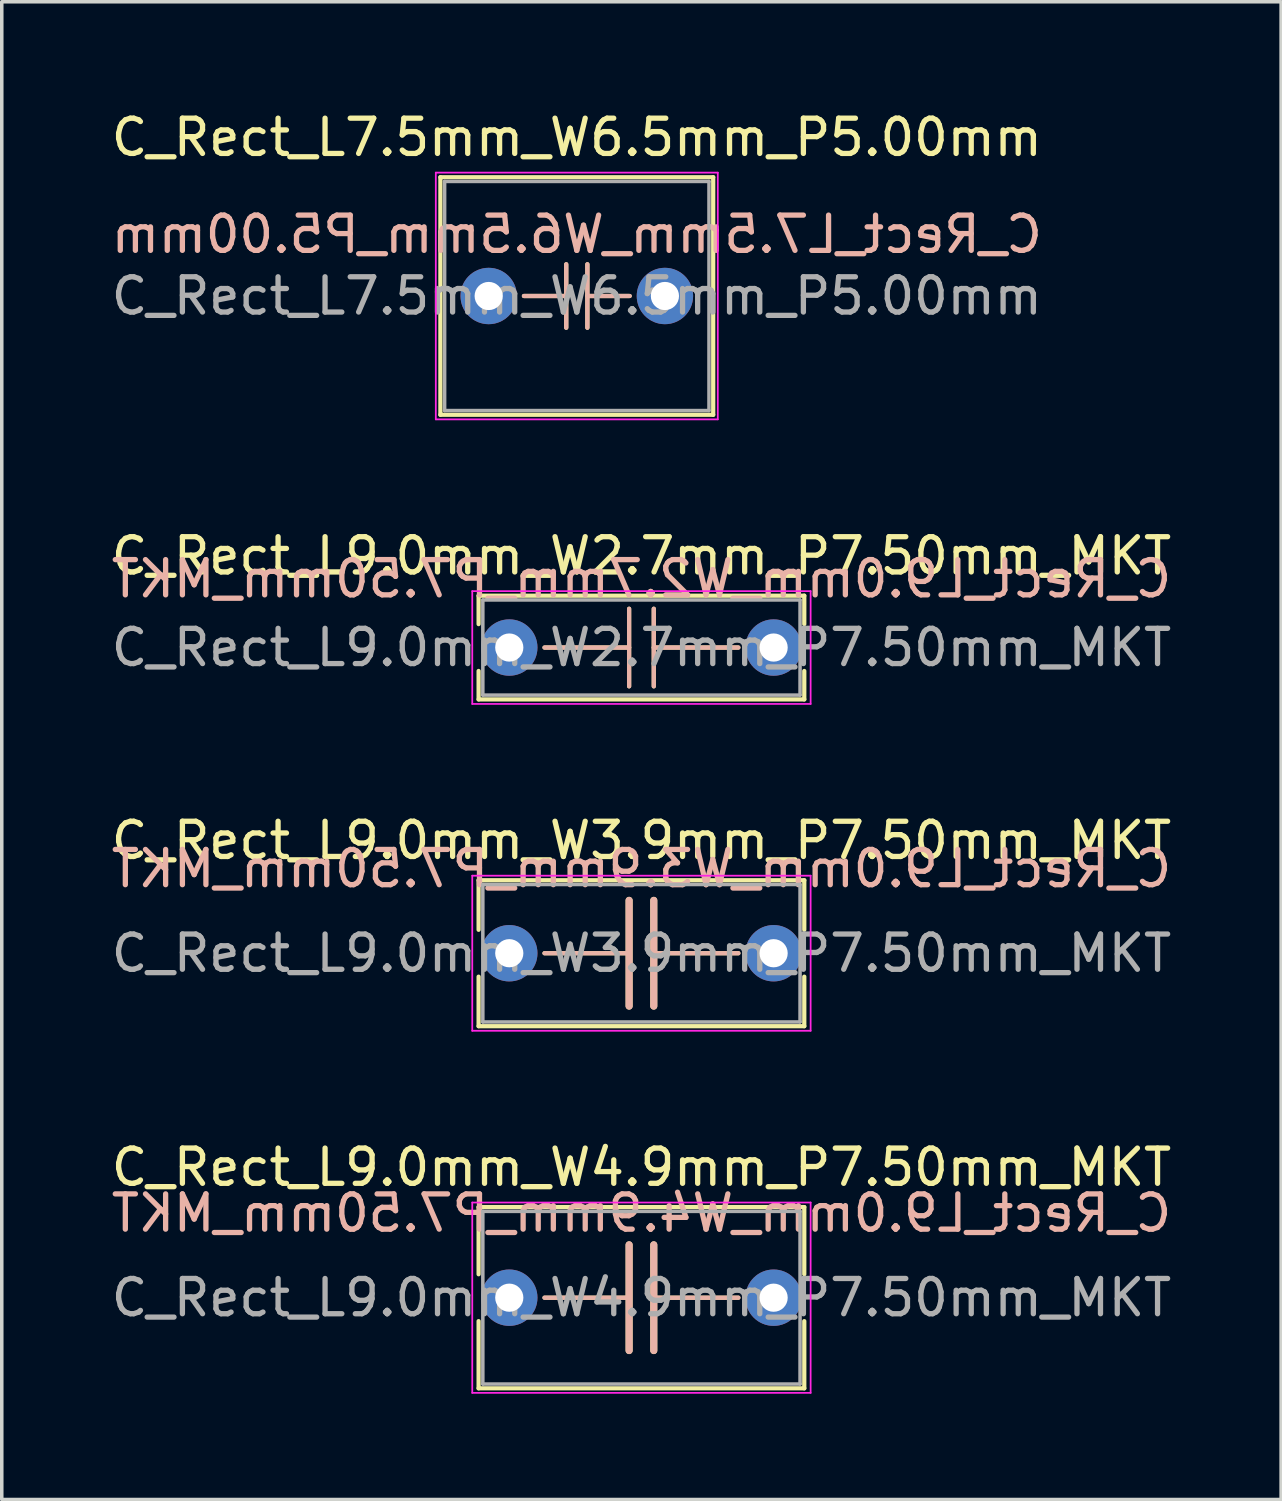
<source format=kicad_pcb>
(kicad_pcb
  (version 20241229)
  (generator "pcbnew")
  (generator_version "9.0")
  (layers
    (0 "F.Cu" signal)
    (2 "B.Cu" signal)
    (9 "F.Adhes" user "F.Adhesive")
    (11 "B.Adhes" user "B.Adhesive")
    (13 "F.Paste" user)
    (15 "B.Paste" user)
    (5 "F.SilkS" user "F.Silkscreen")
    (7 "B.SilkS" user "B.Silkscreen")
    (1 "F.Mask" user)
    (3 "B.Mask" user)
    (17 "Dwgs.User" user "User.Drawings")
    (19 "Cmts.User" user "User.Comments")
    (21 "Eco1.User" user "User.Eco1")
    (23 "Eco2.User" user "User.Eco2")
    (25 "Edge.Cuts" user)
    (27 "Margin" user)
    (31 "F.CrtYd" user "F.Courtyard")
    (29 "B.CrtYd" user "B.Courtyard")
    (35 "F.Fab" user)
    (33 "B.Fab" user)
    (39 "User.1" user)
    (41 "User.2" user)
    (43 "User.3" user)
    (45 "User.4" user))
  (footprint "C_Rect_L9.0mm_W4.9mm_P7.50mm_MKT"
    (layer "F.Cu")
    (at 11.399 33.768)
    (property "Reference" "C_Rect_L9.0mm_W4.9mm_P7.50mm_MKT" (at 3.75 -3.7 0) (layer "F.SilkS") (effects (font (size 1 1) (thickness 0.15))))
    (fp_line (start -0.87 -2.571) (end -0.87 -0.665) (stroke (width 0.12) (type solid)) (layer "F.SilkS"))
    (fp_line (start -0.87 -2.571) (end 8.37 -2.571) (stroke (width 0.12) (type solid)) (layer "F.SilkS"))
    (fp_line (start -0.87 0.665) (end -0.87 2.571) (stroke (width 0.12) (type solid)) (layer "F.SilkS"))
    (fp_line (start -0.87 2.571) (end 8.37 2.571) (stroke (width 0.12) (type solid)) (layer "F.SilkS"))
    (fp_line (start 1 0) (end 3.4 0) (stroke (width 0.12) (type solid)) (layer "F.SilkS"))
    (fp_line (start 3.4 -1.5) (end 3.4 1.5) (stroke (width 0.2) (type solid)) (layer "F.SilkS"))
    (fp_line (start 4.1 -1.5) (end 4.1 1.5) (stroke (width 0.2) (type solid)) (layer "F.SilkS"))
    (fp_line (start 4.1 0) (end 6.5 0) (stroke (width 0.12) (type solid)) (layer "F.SilkS"))
    (fp_line (start 8.37 -2.571) (end 8.37 -0.665) (stroke (width 0.12) (type solid)) (layer "F.SilkS"))
    (fp_line (start 8.37 0.665) (end 8.37 2.571) (stroke (width 0.12) (type solid)) (layer "F.SilkS"))
    (fp_line (start 1 0) (end 3.4 0) (stroke (width 0.12) (type solid)) (layer "B.SilkS"))
    (fp_line (start 3.4 1.5) (end 3.4 -1.5) (stroke (width 0.2) (type solid)) (layer "B.SilkS"))
    (fp_line (start 4.1 0) (end 6.5 0) (stroke (width 0.12) (type solid)) (layer "B.SilkS"))
    (fp_line (start 4.1 1.5) (end 4.1 -1.5) (stroke (width 0.2) (type solid)) (layer "B.SilkS"))
    (fp_line (start -1.05 -2.7) (end -1.05 2.7) (stroke (width 0.05) (type solid)) (layer "F.CrtYd"))
    (fp_line (start -1.05 2.7) (end 8.55 2.7) (stroke (width 0.05) (type solid)) (layer "F.CrtYd"))
    (fp_line (start 8.55 -2.7) (end -1.05 -2.7) (stroke (width 0.05) (type solid)) (layer "F.CrtYd"))
    (fp_line (start 8.55 2.7) (end 8.55 -2.7) (stroke (width 0.05) (type solid)) (layer "F.CrtYd"))
    (fp_line (start -0.75 -2.45) (end -0.75 2.45) (stroke (width 0.1) (type solid)) (layer "F.Fab"))
    (fp_line (start -0.75 2.45) (end 8.25 2.45) (stroke (width 0.1) (type solid)) (layer "F.Fab"))
    (fp_line (start 8.25 -2.45) (end -0.75 -2.45) (stroke (width 0.1) (type solid)) (layer "F.Fab"))
    (fp_line (start 8.25 2.45) (end 8.25 -2.45) (stroke (width 0.1) (type solid)) (layer "F.Fab"))
    (fp_text user "${REFERENCE}" (at 3.75 -2.4 0) (layer "B.SilkS") (effects (font (size 1 1) (thickness 0.15)) (justify mirror)))
    (fp_text user "${REFERENCE}" (at 3.75 0 0) (layer "F.Fab") (effects (font (size 1 1) (thickness 0.15))))
    (pad "1" thru_hole circle (at 0 0) (size 1.6 1.6) (drill 0.8) (layers "*.Cu" "*.Mask"))
    (pad "2" thru_hole circle (at 7.5 0) (size 1.6 1.6) (drill 0.8) (layers "*.Cu" "*.Mask")))
  (footprint "C_Rect_L9.0mm_W3.9mm_P7.50mm_MKT"
    (layer "F.Cu")
    (at 11.399 23.995)
    (property "Reference" "C_Rect_L9.0mm_W3.9mm_P7.50mm_MKT" (at 3.75 -3.2 0) (layer "F.SilkS") (effects (font (size 1 1) (thickness 0.15))))
    (fp_line (start -0.87 -2.07) (end -0.87 -0.665) (stroke (width 0.12) (type solid)) (layer "F.SilkS"))
    (fp_line (start -0.87 -2.07) (end 8.37 -2.07) (stroke (width 0.12) (type solid)) (layer "F.SilkS"))
    (fp_line (start -0.87 0.665) (end -0.87 2.07) (stroke (width 0.12) (type solid)) (layer "F.SilkS"))
    (fp_line (start -0.87 2.07) (end 8.37 2.07) (stroke (width 0.12) (type solid)) (layer "F.SilkS"))
    (fp_line (start 1 0) (end 3.4 0) (stroke (width 0.12) (type solid)) (layer "F.SilkS"))
    (fp_line (start 3.4 -1.5) (end 3.4 1.5) (stroke (width 0.2) (type solid)) (layer "F.SilkS"))
    (fp_line (start 4.1 -1.5) (end 4.1 1.5) (stroke (width 0.2) (type solid)) (layer "F.SilkS"))
    (fp_line (start 4.1 0) (end 6.5 0) (stroke (width 0.12) (type solid)) (layer "F.SilkS"))
    (fp_line (start 8.37 -2.07) (end 8.37 -0.665) (stroke (width 0.12) (type solid)) (layer "F.SilkS"))
    (fp_line (start 8.37 0.665) (end 8.37 2.07) (stroke (width 0.12) (type solid)) (layer "F.SilkS"))
    (fp_line (start 1 0) (end 3.4 0) (stroke (width 0.12) (type solid)) (layer "B.SilkS"))
    (fp_line (start 3.4 1.5) (end 3.4 -1.5) (stroke (width 0.2) (type solid)) (layer "B.SilkS"))
    (fp_line (start 4.1 0) (end 6.5 0) (stroke (width 0.12) (type solid)) (layer "B.SilkS"))
    (fp_line (start 4.1 1.5) (end 4.1 -1.5) (stroke (width 0.2) (type solid)) (layer "B.SilkS"))
    (fp_line (start -1.05 -2.2) (end -1.05 2.2) (stroke (width 0.05) (type solid)) (layer "F.CrtYd"))
    (fp_line (start -1.05 2.2) (end 8.55 2.2) (stroke (width 0.05) (type solid)) (layer "F.CrtYd"))
    (fp_line (start 8.55 -2.2) (end -1.05 -2.2) (stroke (width 0.05) (type solid)) (layer "F.CrtYd"))
    (fp_line (start 8.55 2.2) (end 8.55 -2.2) (stroke (width 0.05) (type solid)) (layer "F.CrtYd"))
    (fp_line (start -0.75 -1.95) (end -0.75 1.95) (stroke (width 0.1) (type solid)) (layer "F.Fab"))
    (fp_line (start -0.75 1.95) (end 8.25 1.95) (stroke (width 0.1) (type solid)) (layer "F.Fab"))
    (fp_line (start 8.25 -1.95) (end -0.75 -1.95) (stroke (width 0.1) (type solid)) (layer "F.Fab"))
    (fp_line (start 8.25 1.95) (end 8.25 -1.95) (stroke (width 0.1) (type solid)) (layer "F.Fab"))
    (fp_text user "${REFERENCE}" (at 3.75 -2.4 0) (layer "B.SilkS") (effects (font (size 1 1) (thickness 0.15)) (justify mirror)))
    (fp_text user "${REFERENCE}" (at 3.75 0 0) (layer "F.Fab") (effects (font (size 1 1) (thickness 0.15))))
    (pad "1" thru_hole circle (at 0 0) (size 1.6 1.6) (drill 0.8) (layers "*.Cu" "*.Mask"))
    (pad "2" thru_hole circle (at 7.5 0) (size 1.6 1.6) (drill 0.8) (layers "*.Cu" "*.Mask")))
  (footprint "C_Rect_L7.5mm_W6.5mm_P5.00mm"
    (layer "F.Cu")
    (at 10.815 5.348)
    (property "Reference" "C_Rect_L7.5mm_W6.5mm_P5.00mm" (at 2.5 -4.5 0) (layer "F.SilkS") (effects (font (size 1 1) (thickness 0.15))))
    (fp_line (start -1.37 -3.37) (end -1.37 3.37) (stroke (width 0.12) (type solid)) (layer "F.SilkS"))
    (fp_line (start -1.37 -3.37) (end 6.37 -3.37) (stroke (width 0.12) (type solid)) (layer "F.SilkS"))
    (fp_line (start -1.37 3.37) (end 6.37 3.37) (stroke (width 0.12) (type solid)) (layer "F.SilkS"))
    (fp_line (start 1 0) (end 2.2 0) (stroke (width 0.12) (type solid)) (layer "F.SilkS"))
    (fp_line (start 2.2 -0.9) (end 2.2 0.9) (stroke (width 0.12) (type solid)) (layer "F.SilkS"))
    (fp_line (start 2.8 -0.9) (end 2.8 0.9) (stroke (width 0.12) (type solid)) (layer "F.SilkS"))
    (fp_line (start 4 0) (end 2.8 0) (stroke (width 0.12) (type solid)) (layer "F.SilkS"))
    (fp_line (start 6.37 -3.37) (end 6.37 3.37) (stroke (width 0.12) (type solid)) (layer "F.SilkS"))
    (fp_line (start 1 0) (end 2.2 0) (stroke (width 0.12) (type solid)) (layer "B.SilkS"))
    (fp_line (start 2.2 0.9) (end 2.2 -0.9) (stroke (width 0.12) (type solid)) (layer "B.SilkS"))
    (fp_line (start 2.8 0.9) (end 2.8 -0.9) (stroke (width 0.12) (type solid)) (layer "B.SilkS"))
    (fp_line (start 4 0) (end 2.8 0) (stroke (width 0.12) (type solid)) (layer "B.SilkS"))
    (fp_line (start -1.5 -3.5) (end -1.5 3.5) (stroke (width 0.05) (type solid)) (layer "F.CrtYd"))
    (fp_line (start -1.5 3.5) (end 6.5 3.5) (stroke (width 0.05) (type solid)) (layer "F.CrtYd"))
    (fp_line (start 6.5 -3.5) (end -1.5 -3.5) (stroke (width 0.05) (type solid)) (layer "F.CrtYd"))
    (fp_line (start 6.5 3.5) (end 6.5 -3.5) (stroke (width 0.05) (type solid)) (layer "F.CrtYd"))
    (fp_line (start -1.25 -3.25) (end -1.25 3.25) (stroke (width 0.1) (type solid)) (layer "F.Fab"))
    (fp_line (start -1.25 3.25) (end 6.25 3.25) (stroke (width 0.1) (type solid)) (layer "F.Fab"))
    (fp_line (start 6.25 -3.25) (end -1.25 -3.25) (stroke (width 0.1) (type solid)) (layer "F.Fab"))
    (fp_line (start 6.25 3.25) (end 6.25 -3.25) (stroke (width 0.1) (type solid)) (layer "F.Fab"))
    (fp_text user "${REFERENCE}" (at 2.5 -1.75 0) (layer "B.SilkS") (effects (font (size 1 1) (thickness 0.15)) (justify mirror)))
    (fp_text user "${REFERENCE}" (at 2.5 0 0) (layer "F.Fab") (effects (font (size 1 1) (thickness 0.15))))
    (pad "1" thru_hole circle (at 0 0) (size 1.6 1.6) (drill 0.8) (layers "*.Cu" "*.Mask"))
    (pad "2" thru_hole circle (at 5 0) (size 1.6 1.6) (drill 0.8) (layers "*.Cu" "*.Mask")))
  (footprint "C_Rect_L9.0mm_W2.7mm_P7.50mm_MKT"
    (layer "F.Cu")
    (at 11.399 15.322)
    (property "Reference" "C_Rect_L9.0mm_W2.7mm_P7.50mm_MKT" (at 3.75 -2.6 0) (layer "F.SilkS") (effects (font (size 1 1) (thickness 0.15))))
    (fp_line (start -0.87 -1.471) (end -0.87 -0.665) (stroke (width 0.12) (type solid)) (layer "F.SilkS"))
    (fp_line (start -0.87 -1.471) (end 8.37 -1.471) (stroke (width 0.12) (type solid)) (layer "F.SilkS"))
    (fp_line (start -0.87 0.665) (end -0.87 1.471) (stroke (width 0.12) (type solid)) (layer "F.SilkS"))
    (fp_line (start -0.87 1.471) (end 8.37 1.471) (stroke (width 0.12) (type solid)) (layer "F.SilkS"))
    (fp_line (start 1 0) (end 3.4 0) (stroke (width 0.12) (type solid)) (layer "F.SilkS"))
    (fp_line (start 3.4 -1.1) (end 3.4 1.1) (stroke (width 0.12) (type solid)) (layer "F.SilkS"))
    (fp_line (start 4.1 -1.1) (end 4.1 1.1) (stroke (width 0.12) (type solid)) (layer "F.SilkS"))
    (fp_line (start 4.1 0) (end 6.5 0) (stroke (width 0.12) (type solid)) (layer "F.SilkS"))
    (fp_line (start 8.37 -1.471) (end 8.37 -0.665) (stroke (width 0.12) (type solid)) (layer "F.SilkS"))
    (fp_line (start 8.37 0.665) (end 8.37 1.471) (stroke (width 0.12) (type solid)) (layer "F.SilkS"))
    (fp_line (start 1 0) (end 3.4 0) (stroke (width 0.12) (type solid)) (layer "B.SilkS"))
    (fp_line (start 3.4 1.1) (end 3.4 -1.1) (stroke (width 0.12) (type solid)) (layer "B.SilkS"))
    (fp_line (start 4.1 0) (end 6.5 0) (stroke (width 0.12) (type solid)) (layer "B.SilkS"))
    (fp_line (start 4.1 1.1) (end 4.1 -1.1) (stroke (width 0.12) (type solid)) (layer "B.SilkS"))
    (fp_line (start -1.05 -1.6) (end -1.05 1.6) (stroke (width 0.05) (type solid)) (layer "F.CrtYd"))
    (fp_line (start -1.05 1.6) (end 8.55 1.6) (stroke (width 0.05) (type solid)) (layer "F.CrtYd"))
    (fp_line (start 8.55 -1.6) (end -1.05 -1.6) (stroke (width 0.05) (type solid)) (layer "F.CrtYd"))
    (fp_line (start 8.55 1.6) (end 8.55 -1.6) (stroke (width 0.05) (type solid)) (layer "F.CrtYd"))
    (fp_line (start -0.75 -1.35) (end -0.75 1.35) (stroke (width 0.1) (type solid)) (layer "F.Fab"))
    (fp_line (start -0.75 1.35) (end 8.25 1.35) (stroke (width 0.1) (type solid)) (layer "F.Fab"))
    (fp_line (start 8.25 -1.35) (end -0.75 -1.35) (stroke (width 0.1) (type solid)) (layer "F.Fab"))
    (fp_line (start 8.25 1.35) (end 8.25 -1.35) (stroke (width 0.1) (type solid)) (layer "F.Fab"))
    (fp_text user "${REFERENCE}" (at 3.75 -1.95 0) (layer "B.SilkS") (effects (font (size 1 1) (thickness 0.15)) (justify mirror)))
    (fp_text user "${REFERENCE}" (at 3.75 0 0) (layer "F.Fab") (effects (font (size 1 1) (thickness 0.15))))
    (pad "1" thru_hole circle (at 0 0) (size 1.6 1.6) (drill 0.8) (layers "*.Cu" "*.Mask"))
    (pad "2" thru_hole circle (at 7.5 0) (size 1.6 1.6) (drill 0.8) (layers "*.Cu" "*.Mask")))
  (gr_rect
    (start -3 -3)
    (end 33.298 39.493)
    (stroke (width 0.1) (type default))
    (fill no)
    (layer "Edge.Cuts")))
</source>
